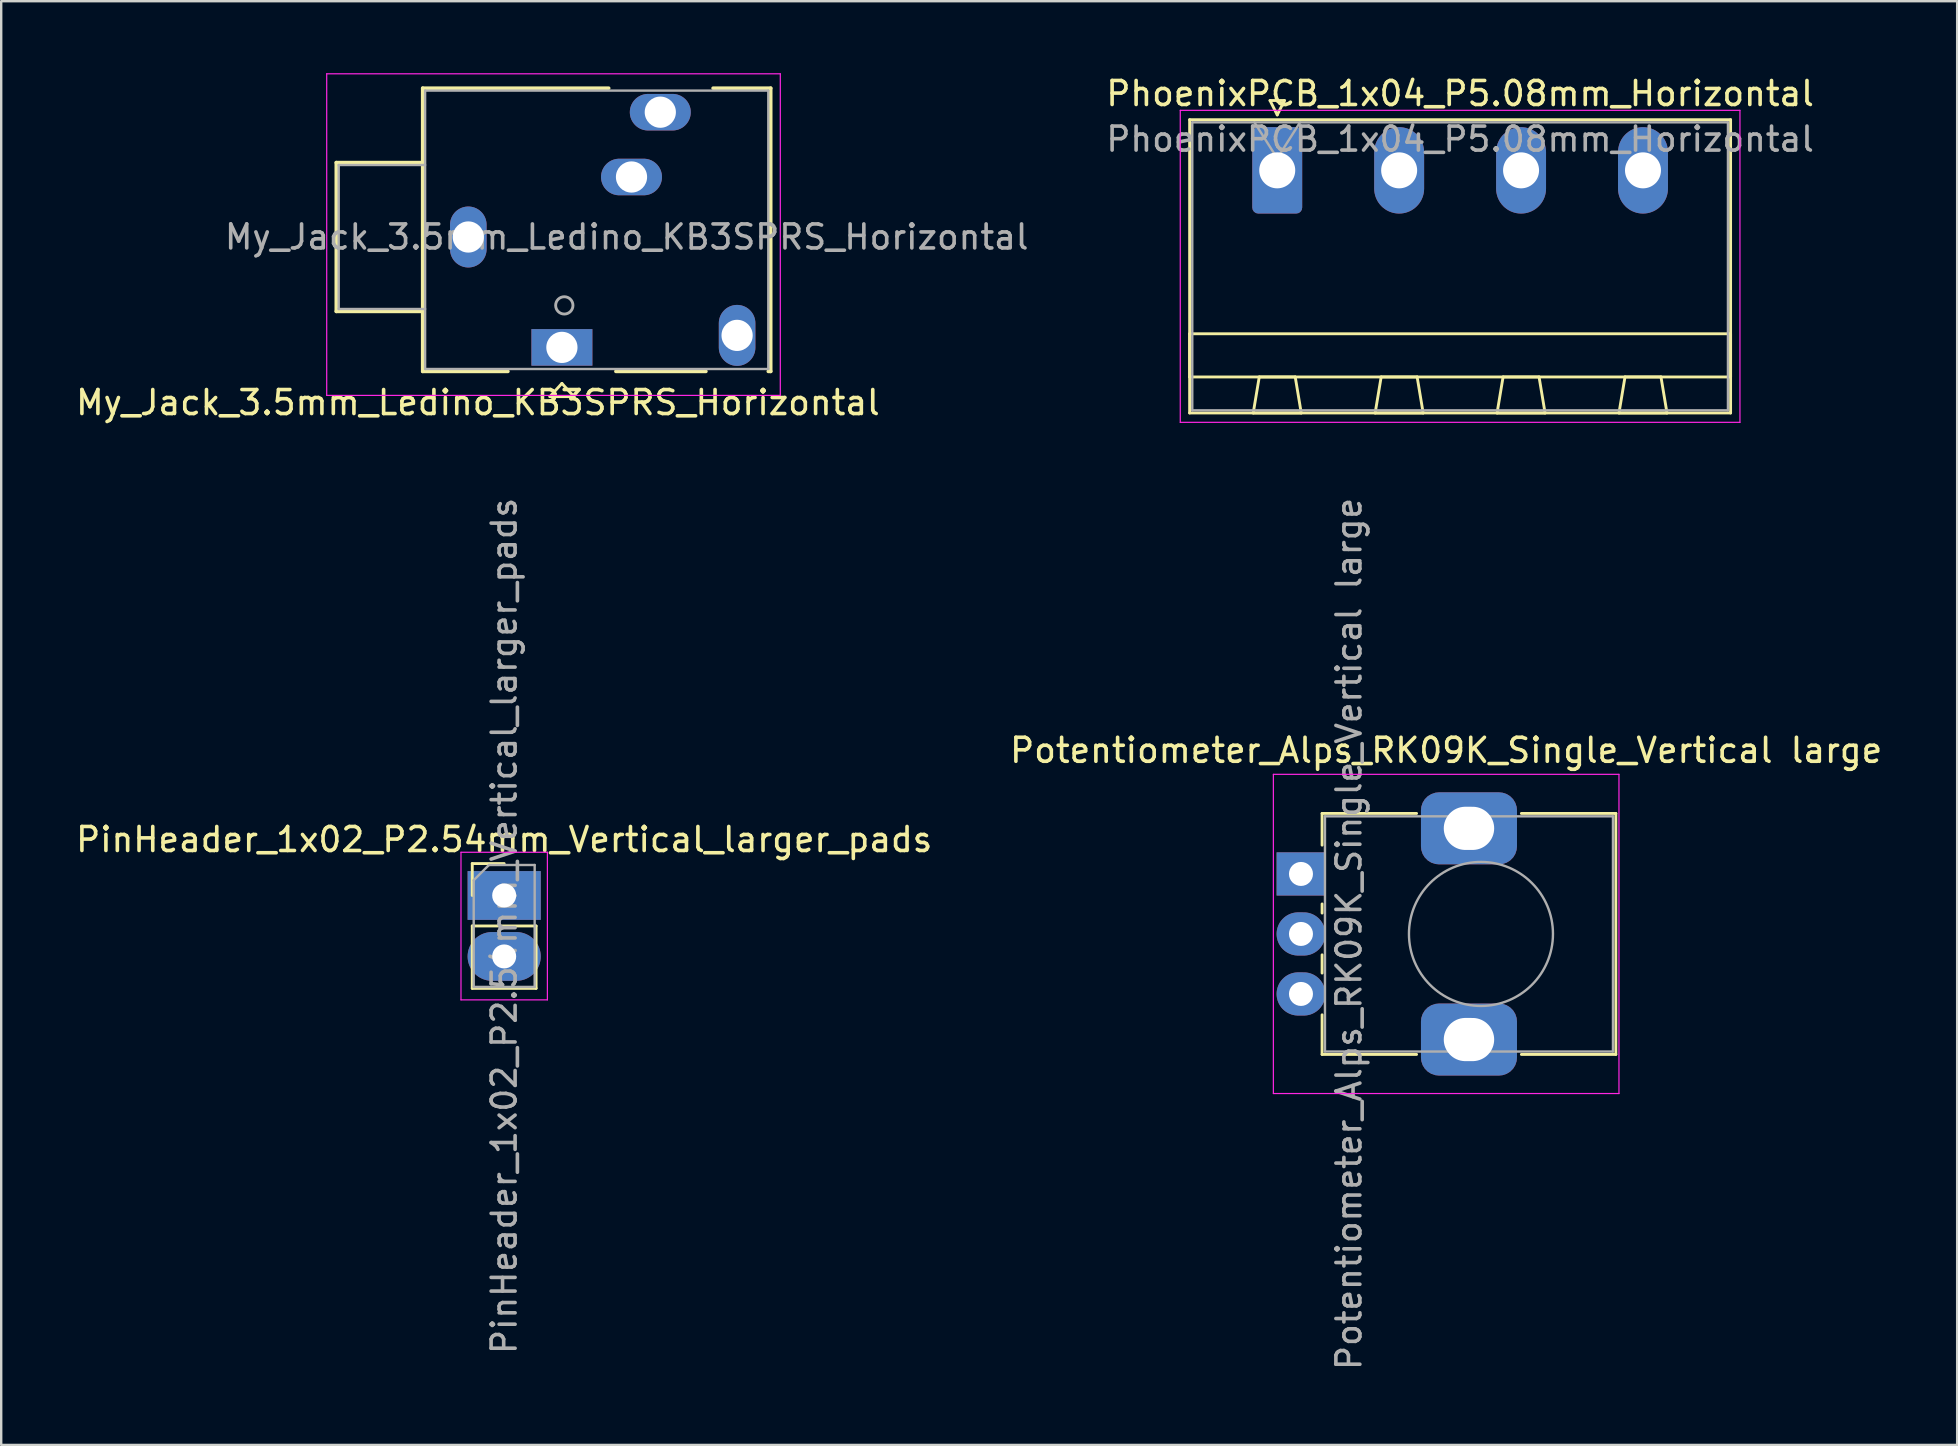
<source format=kicad_pcb>
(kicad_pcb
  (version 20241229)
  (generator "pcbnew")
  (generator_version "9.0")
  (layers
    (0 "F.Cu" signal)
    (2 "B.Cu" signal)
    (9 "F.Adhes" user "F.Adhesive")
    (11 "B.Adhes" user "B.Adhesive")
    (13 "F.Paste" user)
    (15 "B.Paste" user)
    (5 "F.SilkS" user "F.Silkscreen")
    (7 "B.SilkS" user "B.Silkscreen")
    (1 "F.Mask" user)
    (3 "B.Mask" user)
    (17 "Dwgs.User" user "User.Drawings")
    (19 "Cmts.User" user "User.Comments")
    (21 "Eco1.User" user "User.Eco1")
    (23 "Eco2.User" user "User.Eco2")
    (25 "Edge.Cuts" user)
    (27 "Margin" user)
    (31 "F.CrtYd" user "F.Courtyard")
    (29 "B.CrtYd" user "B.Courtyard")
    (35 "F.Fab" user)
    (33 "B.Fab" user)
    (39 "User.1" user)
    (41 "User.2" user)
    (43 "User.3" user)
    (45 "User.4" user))
  (footprint "My_Jack_3.5mm_Ledino_KB3SPRS_Horizontal"
    (layer "F.Cu")
    (at 20.363 11.425)
    (property "Reference" "My_Jack_3.5mm_Ledino_KB3SPRS_Horizontal" (at -3.5 2.3 0) (layer "F.SilkS") (effects (font (size 1 1) (thickness 0.15))))
    (attr through_hole)
    (fp_line (start -9.4 -7.7) (end -9.4 -1.5) (stroke (width 0.15) (type solid)) (layer "F.SilkS"))
    (fp_line (start -9.4 -1.5) (end -5.8 -1.5) (stroke (width 0.15) (type solid)) (layer "F.SilkS"))
    (fp_line (start -5.8 -10.8) (end 1.95 -10.8) (stroke (width 0.15) (type solid)) (layer "F.SilkS"))
    (fp_line (start -5.8 -7.7) (end -9.4 -7.7) (stroke (width 0.15) (type solid)) (layer "F.SilkS"))
    (fp_line (start -5.8 1) (end -5.8 -10.8) (stroke (width 0.15) (type solid)) (layer "F.SilkS"))
    (fp_line (start -2.25 1) (end -5.8 1) (stroke (width 0.15) (type solid)) (layer "F.SilkS"))
    (fp_line (start -0.5 2.05) (end 0.5 2.05) (stroke (width 0.12) (type solid)) (layer "F.SilkS"))
    (fp_line (start 0 1.5) (end -0.5 2.05) (stroke (width 0.12) (type solid)) (layer "F.SilkS"))
    (fp_line (start 0.5 2.05) (end 0 1.5) (stroke (width 0.12) (type solid)) (layer "F.SilkS"))
    (fp_line (start 6 1) (end 2.25 1) (stroke (width 0.15) (type solid)) (layer "F.SilkS"))
    (fp_line (start 6.3 -10.8) (end 8.7 -10.8) (stroke (width 0.15) (type solid)) (layer "F.SilkS"))
    (fp_line (start 8.7 -10.8) (end 8.7 1) (stroke (width 0.15) (type solid)) (layer "F.SilkS"))
    (fp_line (start 8.7 1) (end 8.6 1) (stroke (width 0.15) (type solid)) (layer "F.SilkS"))
    (fp_line (start -9.8 -11.4) (end -9.8 2) (stroke (width 0.05) (type solid)) (layer "F.CrtYd"))
    (fp_line (start -9.8 2) (end 9.1 2) (stroke (width 0.05) (type solid)) (layer "F.CrtYd"))
    (fp_line (start 9.1 -11.4) (end -9.8 -11.4) (stroke (width 0.05) (type solid)) (layer "F.CrtYd"))
    (fp_line (start 9.1 2) (end 9.1 -11.4) (stroke (width 0.05) (type solid)) (layer "F.CrtYd"))
    (fp_line (start -9.3 -7.6) (end -9.3 -1.6) (stroke (width 0.1) (type solid)) (layer "F.Fab"))
    (fp_line (start -9.3 -7.6) (end -5.7 -7.6) (stroke (width 0.1) (type solid)) (layer "F.Fab"))
    (fp_line (start -9.3 -1.6) (end -5.7 -1.6) (stroke (width 0.1) (type solid)) (layer "F.Fab"))
    (fp_line (start -5.7 -10.7) (end -5.7 0.9) (stroke (width 0.1) (type solid)) (layer "F.Fab"))
    (fp_line (start -5.7 0.9) (end 8.6 0.9) (stroke (width 0.1) (type solid)) (layer "F.Fab"))
    (fp_line (start 8.6 -10.7) (end -5.7 -10.7) (stroke (width 0.1) (type solid)) (layer "F.Fab"))
    (fp_line (start 8.6 0.9) (end 8.6 -10.7) (stroke (width 0.1) (type solid)) (layer "F.Fab"))
    (fp_circle (center 0.1 -1.75) (end 0.4 -1.55) (stroke (width 0.12) (type solid)) (fill no) (layer "F.Fab"))
    (fp_text user "${REFERENCE}" (at 2.7 -4.6 0) (layer "F.Fab") (effects (font (size 1 1) (thickness 0.15))))
    (pad "G" thru_hole oval (at -3.9 -4.6) (size 1.524 2.54) (drill 1.3) (layers "*.Cu" "*.Mask"))
    (pad "S" thru_hole oval (at 4.1 -9.8) (size 2.54 1.524) (drill 1.3) (layers "*.Cu" "*.Mask"))
    (pad "SN" thru_hole oval (at 2.9 -7.1) (size 2.54 1.524) (drill 1.3) (layers "*.Cu" "*.Mask"))
    (pad "T" thru_hole rect (at 0 0) (size 2.54 1.524) (drill 1.3) (layers "*.Cu" "*.Mask"))
    (pad "TN" thru_hole oval (at 7.3 -0.5 90) (size 2.54 1.524) (drill 1.3) (layers "*.Cu" "*.Mask")))
  (footprint "PinHeader_1x02_P2.54mm_Vertical_larger_pads"
    (layer "F.Cu")
    (at 17.958 34.262)
    (property "Reference" "PinHeader_1x02_P2.54mm_Vertical_larger_pads" (at 0 -2.33 0) (layer "F.SilkS") (effects (font (size 1 1) (thickness 0.15))))
    (attr through_hole)
    (fp_line (start -1.33 -1.33) (end 0 -1.33) (stroke (width 0.12) (type solid)) (layer "F.SilkS"))
    (fp_line (start -1.33 0) (end -1.33 -1.33) (stroke (width 0.12) (type solid)) (layer "F.SilkS"))
    (fp_line (start -1.33 1.27) (end -1.33 3.87) (stroke (width 0.12) (type solid)) (layer "F.SilkS"))
    (fp_line (start -1.33 1.27) (end 1.33 1.27) (stroke (width 0.12) (type solid)) (layer "F.SilkS"))
    (fp_line (start -1.33 3.87) (end 1.33 3.87) (stroke (width 0.12) (type solid)) (layer "F.SilkS"))
    (fp_line (start 1.33 1.27) (end 1.33 3.87) (stroke (width 0.12) (type solid)) (layer "F.SilkS"))
    (fp_line (start -1.8 -1.8) (end -1.8 4.35) (stroke (width 0.05) (type solid)) (layer "F.CrtYd"))
    (fp_line (start -1.8 4.35) (end 1.8 4.35) (stroke (width 0.05) (type solid)) (layer "F.CrtYd"))
    (fp_line (start 1.8 -1.8) (end -1.8 -1.8) (stroke (width 0.05) (type solid)) (layer "F.CrtYd"))
    (fp_line (start 1.8 4.35) (end 1.8 -1.8) (stroke (width 0.05) (type solid)) (layer "F.CrtYd"))
    (fp_line (start -1.27 -0.635) (end -0.635 -1.27) (stroke (width 0.1) (type solid)) (layer "F.Fab"))
    (fp_line (start -1.27 3.81) (end -1.27 -0.635) (stroke (width 0.1) (type solid)) (layer "F.Fab"))
    (fp_line (start -0.635 -1.27) (end 1.27 -1.27) (stroke (width 0.1) (type solid)) (layer "F.Fab"))
    (fp_line (start 1.27 -1.27) (end 1.27 3.81) (stroke (width 0.1) (type solid)) (layer "F.Fab"))
    (fp_line (start 1.27 3.81) (end -1.27 3.81) (stroke (width 0.1) (type solid)) (layer "F.Fab"))
    (fp_text user "${REFERENCE}" (at 0 1.27 90) (layer "F.Fab") (effects (font (size 1 1) (thickness 0.15))))
    (pad "1" thru_hole rect (at 0 0) (size 3.048 2.032) (drill 1) (layers "*.Cu" "*.Mask"))
    (pad "2" thru_hole oval (at 0 2.54) (size 3.048 2.032) (drill 1) (layers "*.Cu" "*.Mask")))
  (footprint "Potentiometer_Alps_RK09K_Single_Vertical large"
    (layer "F.Cu")
    (at 51.158 33.365)
    (property "Reference" "Potentiometer_Alps_RK09K_Single_Vertical large" (at 6.05 -5.15 0) (layer "F.SilkS") (effects (font (size 1 1) (thickness 0.15))))
    (attr through_hole)
    (fp_line (start 0.88 -2.521) (end 0.88 -1.2) (stroke (width 0.12) (type solid)) (layer "F.SilkS"))
    (fp_line (start 0.88 -2.521) (end 4.817 -2.521) (stroke (width 0.12) (type solid)) (layer "F.SilkS"))
    (fp_line (start 0.88 1.25) (end 0.88 1.63) (stroke (width 0.12) (type solid)) (layer "F.SilkS"))
    (fp_line (start 0.88 3.371) (end 0.88 4.13) (stroke (width 0.12) (type solid)) (layer "F.SilkS"))
    (fp_line (start 0.88 5.87) (end 0.88 7.52) (stroke (width 0.12) (type solid)) (layer "F.SilkS"))
    (fp_line (start 0.88 7.52) (end 4.817 7.52) (stroke (width 0.12) (type solid)) (layer "F.SilkS"))
    (fp_line (start 9.184 -2.521) (end 13.12 -2.521) (stroke (width 0.12) (type solid)) (layer "F.SilkS"))
    (fp_line (start 9.184 7.52) (end 13.12 7.52) (stroke (width 0.12) (type solid)) (layer "F.SilkS"))
    (fp_line (start 13.12 -2.521) (end 13.12 7.52) (stroke (width 0.12) (type solid)) (layer "F.SilkS"))
    (fp_line (start -1.15 -4.15) (end -1.15 9.15) (stroke (width 0.05) (type solid)) (layer "F.CrtYd"))
    (fp_line (start -1.15 9.15) (end 13.25 9.15) (stroke (width 0.05) (type solid)) (layer "F.CrtYd"))
    (fp_line (start 13.25 -4.15) (end -1.15 -4.15) (stroke (width 0.05) (type solid)) (layer "F.CrtYd"))
    (fp_line (start 13.25 9.15) (end 13.25 -4.15) (stroke (width 0.05) (type solid)) (layer "F.CrtYd"))
    (fp_line (start 1 -2.4) (end 1 7.4) (stroke (width 0.1) (type solid)) (layer "F.Fab"))
    (fp_line (start 1 7.4) (end 13 7.4) (stroke (width 0.1) (type solid)) (layer "F.Fab"))
    (fp_line (start 13 -2.4) (end 1 -2.4) (stroke (width 0.1) (type solid)) (layer "F.Fab"))
    (fp_line (start 13 7.4) (end 13 -2.4) (stroke (width 0.1) (type solid)) (layer "F.Fab"))
    (fp_circle (center 7.5 2.5) (end 10.5 2.5) (stroke (width 0.1) (type solid)) (fill no) (layer "F.Fab"))
    (fp_text user "${REFERENCE}" (at 2 2.5 90) (layer "F.Fab") (effects (font (size 1 1) (thickness 0.15))))
    (pad "1" thru_hole rect (at 0 0) (size 2.032 1.8) (drill 1) (layers "*.Cu" "*.Mask"))
    (pad "2" thru_hole oval (at 0 2.5) (size 2.032 1.8) (drill 1) (layers "*.Cu" "*.Mask"))
    (pad "3" thru_hole oval (at 0 5) (size 2.032 1.8) (drill 1) (layers "*.Cu" "*.Mask"))
    (pad "MP" thru_hole roundrect (at 7 -1.9) (size 4 3) (drill oval 2.1 1.8) (layers "*.Cu" "*.Mask") (roundrect_rratio 0.25))
    (pad "MP" thru_hole roundrect (at 7 6.9) (size 4 3) (drill oval 2.1 1.8) (layers "*.Cu" "*.Mask") (roundrect_rratio 0.25)))
  (footprint "PhoenixPCB_1x04_P5.08mm_Horizontal"
    (layer "F.Cu")
    (at 50.169 4.048)
    (property "Reference" "PhoenixPCB_1x04_P5.08mm_Horizontal" (at 7.62 -3.2 0) (layer "F.SilkS") (effects (font (size 1 1) (thickness 0.15))))
    (attr through_hole)
    (fp_line (start -3.65 -2.11) (end -3.65 10.11) (stroke (width 0.12) (type solid)) (layer "F.SilkS"))
    (fp_line (start -3.65 6.81) (end 18.89 6.81) (stroke (width 0.12) (type solid)) (layer "F.SilkS"))
    (fp_line (start -3.65 8.61) (end -3.65 6.81) (stroke (width 0.12) (type solid)) (layer "F.SilkS"))
    (fp_line (start -3.65 10.11) (end 18.89 10.11) (stroke (width 0.12) (type solid)) (layer "F.SilkS"))
    (fp_line (start -1 10.11) (end 1 10.11) (stroke (width 0.12) (type solid)) (layer "F.SilkS"))
    (fp_line (start -0.75 8.61) (end -1 10.11) (stroke (width 0.12) (type solid)) (layer "F.SilkS"))
    (fp_line (start -0.3 -2.91) (end 0.3 -2.91) (stroke (width 0.12) (type solid)) (layer "F.SilkS"))
    (fp_line (start 0 -2.31) (end -0.3 -2.91) (stroke (width 0.12) (type solid)) (layer "F.SilkS"))
    (fp_line (start 0.3 -2.91) (end 0 -2.31) (stroke (width 0.12) (type solid)) (layer "F.SilkS"))
    (fp_line (start 0.75 8.61) (end -0.75 8.61) (stroke (width 0.12) (type solid)) (layer "F.SilkS"))
    (fp_line (start 1 10.11) (end 0.75 8.61) (stroke (width 0.12) (type solid)) (layer "F.SilkS"))
    (fp_line (start 4.08 10.11) (end 6.08 10.11) (stroke (width 0.12) (type solid)) (layer "F.SilkS"))
    (fp_line (start 4.33 8.61) (end 4.08 10.11) (stroke (width 0.12) (type solid)) (layer "F.SilkS"))
    (fp_line (start 5.83 8.61) (end 4.33 8.61) (stroke (width 0.12) (type solid)) (layer "F.SilkS"))
    (fp_line (start 6.08 10.11) (end 5.83 8.61) (stroke (width 0.12) (type solid)) (layer "F.SilkS"))
    (fp_line (start 9.16 10.11) (end 11.16 10.11) (stroke (width 0.12) (type solid)) (layer "F.SilkS"))
    (fp_line (start 9.41 8.61) (end 9.16 10.11) (stroke (width 0.12) (type solid)) (layer "F.SilkS"))
    (fp_line (start 10.91 8.61) (end 9.41 8.61) (stroke (width 0.12) (type solid)) (layer "F.SilkS"))
    (fp_line (start 11.16 10.11) (end 10.91 8.61) (stroke (width 0.12) (type solid)) (layer "F.SilkS"))
    (fp_line (start 14.24 10.11) (end 16.24 10.11) (stroke (width 0.12) (type solid)) (layer "F.SilkS"))
    (fp_line (start 14.49 8.61) (end 14.24 10.11) (stroke (width 0.12) (type solid)) (layer "F.SilkS"))
    (fp_line (start 15.99 8.61) (end 14.49 8.61) (stroke (width 0.12) (type solid)) (layer "F.SilkS"))
    (fp_line (start 16.24 10.11) (end 15.99 8.61) (stroke (width 0.12) (type solid)) (layer "F.SilkS"))
    (fp_line (start 18.89 -2.11) (end -3.65 -2.11) (stroke (width 0.12) (type solid)) (layer "F.SilkS"))
    (fp_line (start 18.89 6.81) (end 18.89 8.61) (stroke (width 0.12) (type solid)) (layer "F.SilkS"))
    (fp_line (start 18.89 8.61) (end -3.65 8.61) (stroke (width 0.12) (type solid)) (layer "F.SilkS"))
    (fp_line (start 18.89 10.11) (end 18.89 -2.11) (stroke (width 0.12) (type solid)) (layer "F.SilkS"))
    (fp_line (start -4.04 -2.5) (end -4.04 10.5) (stroke (width 0.05) (type solid)) (layer "F.CrtYd"))
    (fp_line (start -4.04 10.5) (end 19.28 10.5) (stroke (width 0.05) (type solid)) (layer "F.CrtYd"))
    (fp_line (start 19.28 -2.5) (end -4.04 -2.5) (stroke (width 0.05) (type solid)) (layer "F.CrtYd"))
    (fp_line (start 19.28 10.5) (end 19.28 -2.5) (stroke (width 0.05) (type solid)) (layer "F.CrtYd"))
    (fp_line (start -3.54 -2) (end -3.54 10) (stroke (width 0.1) (type solid)) (layer "F.Fab"))
    (fp_line (start -3.54 10) (end 18.78 10) (stroke (width 0.1) (type solid)) (layer "F.Fab"))
    (fp_line (start 0 -0.5) (end -0.95 -2) (stroke (width 0.1) (type solid)) (layer "F.Fab"))
    (fp_line (start 0.95 -2) (end 0 -0.5) (stroke (width 0.1) (type solid)) (layer "F.Fab"))
    (fp_line (start 18.78 -2) (end -3.54 -2) (stroke (width 0.1) (type solid)) (layer "F.Fab"))
    (fp_line (start 18.78 10) (end 18.78 -2) (stroke (width 0.1) (type solid)) (layer "F.Fab"))
    (fp_text user "${REFERENCE}" (at 7.62 -1.3 0) (layer "F.Fab") (effects (font (size 1 1) (thickness 0.15))))
    (pad "1" thru_hole roundrect (at 0 0) (size 2.08 3.6) (drill 1.5) (layers "*.Cu" "*.Mask") (roundrect_rratio 0.12))
    (pad "2" thru_hole oval (at 5.08 0) (size 2.08 3.6) (drill 1.5) (layers "*.Cu" "*.Mask"))
    (pad "3" thru_hole oval (at 10.16 0) (size 2.08 3.6) (drill 1.5) (layers "*.Cu" "*.Mask"))
    (pad "4" thru_hole oval (at 15.24 0) (size 2.08 3.6) (drill 1.5) (layers "*.Cu" "*.Mask")))
  (gr_rect
    (start -3 -3)
    (end 78.5 57.157)
    (stroke (width 0.1) (type default))
    (fill no)
    (layer "Edge.Cuts")))
</source>
